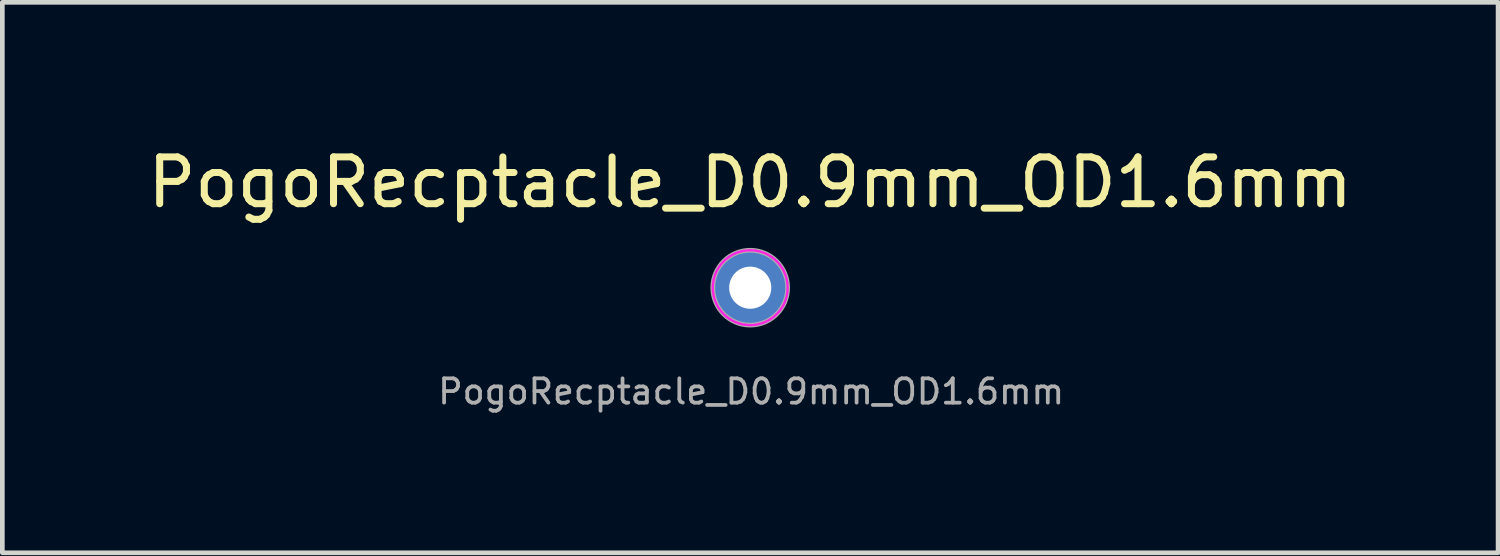
<source format=kicad_pcb>
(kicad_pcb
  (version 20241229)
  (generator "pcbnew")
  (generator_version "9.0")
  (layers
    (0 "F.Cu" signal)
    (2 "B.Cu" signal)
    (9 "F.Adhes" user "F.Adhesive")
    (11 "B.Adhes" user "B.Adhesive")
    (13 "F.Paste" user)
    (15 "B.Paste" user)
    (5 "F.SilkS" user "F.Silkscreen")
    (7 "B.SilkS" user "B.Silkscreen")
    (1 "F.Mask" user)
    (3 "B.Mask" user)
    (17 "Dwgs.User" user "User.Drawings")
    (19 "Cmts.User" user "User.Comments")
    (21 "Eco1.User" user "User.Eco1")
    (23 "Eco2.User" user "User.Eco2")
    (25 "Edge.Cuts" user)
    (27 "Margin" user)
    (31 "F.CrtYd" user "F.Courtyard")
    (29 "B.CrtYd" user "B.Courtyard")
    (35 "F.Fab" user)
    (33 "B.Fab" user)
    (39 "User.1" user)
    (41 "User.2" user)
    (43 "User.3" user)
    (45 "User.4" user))
  (footprint "PogoRecptacle_D0.9mm_OD1.6mm"
    (layer "F.Cu")
    (at 12.982 3.098)
    (property "Reference" "PogoRecptacle_D0.9mm_OD1.6mm" (at 0 -2.25 180) (layer "F.SilkS") (effects (font (size 1 1) (thickness 0.15))))
    (attr exclude_from_pos_files)
    (fp_circle (center 0 0) (end 0.8 0) (stroke (width 0.05) (type default)) (fill no) (layer "F.CrtYd"))
    (fp_circle (center 0 0) (end 0.8 0) (stroke (width 0.1) (type solid)) (fill no) (layer "F.Fab"))
    (fp_text user "${REFERENCE}" (at 0.02 2.22 180) (layer "F.Fab") (effects (font (size 0.52 0.52) (thickness 0.08))))
    (pad "1" thru_hole circle (at 0 0) (size 1.6 1.6) (drill 0.9) (layers "*.Cu" "*.Mask")))
  (gr_rect
    (start -3 -3)
    (end 28.964 8.763)
    (stroke (width 0.1) (type default))
    (fill no)
    (layer "Edge.Cuts")))
</source>
